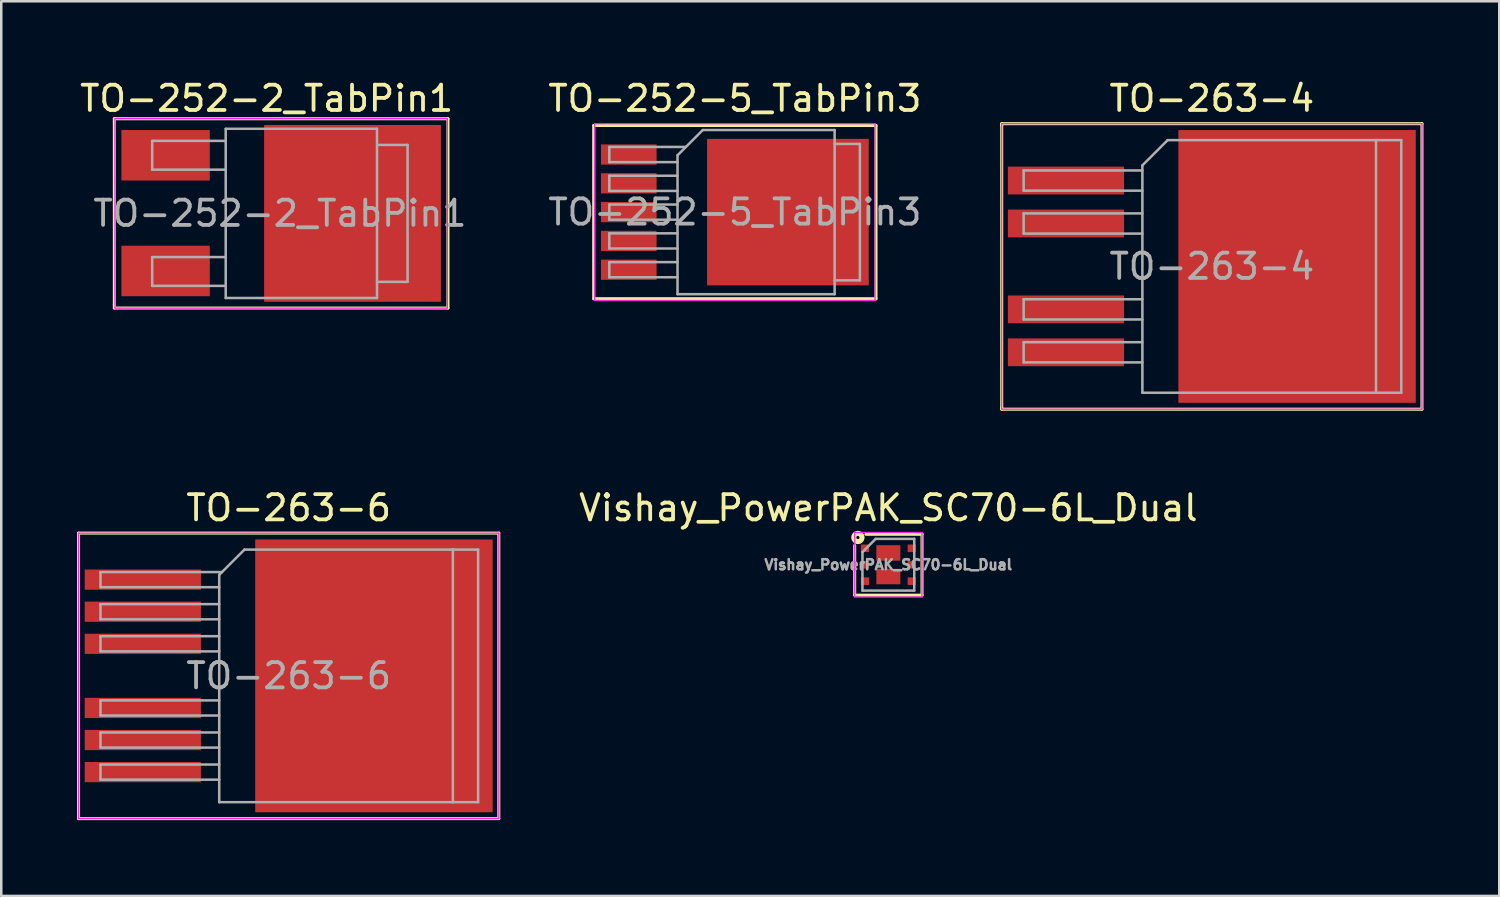
<source format=kicad_pcb>
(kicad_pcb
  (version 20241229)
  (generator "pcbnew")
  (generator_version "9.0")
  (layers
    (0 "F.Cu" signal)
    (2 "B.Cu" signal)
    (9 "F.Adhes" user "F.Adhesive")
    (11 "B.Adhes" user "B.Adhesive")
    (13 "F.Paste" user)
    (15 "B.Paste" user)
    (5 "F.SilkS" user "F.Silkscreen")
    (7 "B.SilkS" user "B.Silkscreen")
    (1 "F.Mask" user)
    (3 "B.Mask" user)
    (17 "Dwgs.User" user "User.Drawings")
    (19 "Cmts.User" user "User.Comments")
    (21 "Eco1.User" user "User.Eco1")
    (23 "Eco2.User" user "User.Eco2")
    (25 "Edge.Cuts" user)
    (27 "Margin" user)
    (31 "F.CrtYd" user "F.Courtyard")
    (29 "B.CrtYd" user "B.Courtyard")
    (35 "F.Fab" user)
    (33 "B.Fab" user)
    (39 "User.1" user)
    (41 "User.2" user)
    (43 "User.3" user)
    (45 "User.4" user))
  (footprint "TO-263-6"
    (layer "F.Cu")
    (at 8.379 23.708)
    (property "Reference" "TO-263-6" (at 0 -6.65 0) (layer "F.SilkS") (effects (font (size 1 1) (thickness 0.15))))
    (attr smd)
    (fp_line (start -8.319 -5.652) (end -8.319 -5.588) (stroke (width 0.12) (type solid)) (layer "F.SilkS"))
    (fp_line (start -8.319 -5.588) (end -8.319 5.588) (stroke (width 0.12) (type solid)) (layer "F.SilkS"))
    (fp_line (start -8.319 5.588) (end -8.319 5.652) (stroke (width 0.12) (type solid)) (layer "F.SilkS"))
    (fp_line (start -8.319 5.652) (end 8.319 5.652) (stroke (width 0.12) (type solid)) (layer "F.SilkS"))
    (fp_line (start 8.319 -5.652) (end -8.319 -5.652) (stroke (width 0.12) (type solid)) (layer "F.SilkS"))
    (fp_line (start 8.319 5.652) (end 8.319 -5.652) (stroke (width 0.12) (type solid)) (layer "F.SilkS"))
    (fp_line (start -8.32 -5.65) (end -8.32 5.65) (stroke (width 0.05) (type solid)) (layer "F.CrtYd"))
    (fp_line (start -8.32 5.65) (end 8.32 5.65) (stroke (width 0.05) (type solid)) (layer "F.CrtYd"))
    (fp_line (start 8.32 -5.65) (end -8.32 -5.65) (stroke (width 0.05) (type solid)) (layer "F.CrtYd"))
    (fp_line (start 8.32 5.65) (end 8.32 -5.65) (stroke (width 0.05) (type solid)) (layer "F.CrtYd"))
    (fp_line (start -7.45 -4.11) (end -7.45 -3.51) (stroke (width 0.1) (type solid)) (layer "F.Fab"))
    (fp_line (start -7.45 -3.51) (end -2.75 -3.51) (stroke (width 0.1) (type solid)) (layer "F.Fab"))
    (fp_line (start -7.45 -2.84) (end -7.45 -2.24) (stroke (width 0.1) (type solid)) (layer "F.Fab"))
    (fp_line (start -7.45 -2.24) (end -2.75 -2.24) (stroke (width 0.1) (type solid)) (layer "F.Fab"))
    (fp_line (start -7.45 -1.57) (end -7.45 -0.97) (stroke (width 0.1) (type solid)) (layer "F.Fab"))
    (fp_line (start -7.45 -0.97) (end -2.75 -0.97) (stroke (width 0.1) (type solid)) (layer "F.Fab"))
    (fp_line (start -7.45 0.97) (end -7.45 1.57) (stroke (width 0.1) (type solid)) (layer "F.Fab"))
    (fp_line (start -7.45 1.57) (end -2.75 1.57) (stroke (width 0.1) (type solid)) (layer "F.Fab"))
    (fp_line (start -7.45 2.24) (end -7.45 2.84) (stroke (width 0.1) (type solid)) (layer "F.Fab"))
    (fp_line (start -7.45 2.84) (end -2.75 2.84) (stroke (width 0.1) (type solid)) (layer "F.Fab"))
    (fp_line (start -7.45 3.51) (end -7.45 4.11) (stroke (width 0.1) (type solid)) (layer "F.Fab"))
    (fp_line (start -7.45 4.11) (end -2.75 4.11) (stroke (width 0.1) (type solid)) (layer "F.Fab"))
    (fp_line (start -2.75 -4) (end -1.75 -5) (stroke (width 0.1) (type solid)) (layer "F.Fab"))
    (fp_line (start -2.75 -2.84) (end -7.45 -2.84) (stroke (width 0.1) (type solid)) (layer "F.Fab"))
    (fp_line (start -2.75 -1.57) (end -7.45 -1.57) (stroke (width 0.1) (type solid)) (layer "F.Fab"))
    (fp_line (start -2.75 0.97) (end -7.45 0.97) (stroke (width 0.1) (type solid)) (layer "F.Fab"))
    (fp_line (start -2.75 2.24) (end -7.45 2.24) (stroke (width 0.1) (type solid)) (layer "F.Fab"))
    (fp_line (start -2.75 3.51) (end -7.45 3.51) (stroke (width 0.1) (type solid)) (layer "F.Fab"))
    (fp_line (start -2.75 5) (end -2.75 -4) (stroke (width 0.1) (type solid)) (layer "F.Fab"))
    (fp_line (start -2.64 -4.11) (end -7.45 -4.11) (stroke (width 0.1) (type solid)) (layer "F.Fab"))
    (fp_line (start -1.75 -5) (end 6.5 -5) (stroke (width 0.1) (type solid)) (layer "F.Fab"))
    (fp_line (start 6.5 -5) (end 6.5 5) (stroke (width 0.1) (type solid)) (layer "F.Fab"))
    (fp_line (start 6.5 -5) (end 7.5 -5) (stroke (width 0.1) (type solid)) (layer "F.Fab"))
    (fp_line (start 6.5 5) (end -2.75 5) (stroke (width 0.1) (type solid)) (layer "F.Fab"))
    (fp_line (start 7.5 -5) (end 7.5 5) (stroke (width 0.1) (type solid)) (layer "F.Fab"))
    (fp_line (start 7.5 5) (end 6.5 5) (stroke (width 0.1) (type solid)) (layer "F.Fab"))
    (fp_text user "${REFERENCE}" (at 0 0 0) (layer "F.Fab") (effects (font (size 1 1) (thickness 0.15))))
    (pad "" smd rect (at 0.95 -2.775) (size 4.55 5.25) (layers "F.Paste"))
    (pad "" smd rect (at 0.95 2.775) (size 4.55 5.25) (layers "F.Paste"))
    (pad "" smd rect (at 5.8 -2.775) (size 4.55 5.25) (layers "F.Paste"))
    (pad "" smd rect (at 5.8 2.775) (size 4.55 5.25) (layers "F.Paste"))
    (pad "1" smd rect (at -5.775 -3.81) (size 4.6 0.8) (layers "F.Cu" "F.Mask" "F.Paste"))
    (pad "2" smd rect (at -5.775 -2.54) (size 4.6 0.8) (layers "F.Cu" "F.Mask" "F.Paste"))
    (pad "3" smd rect (at -5.775 -1.27) (size 4.6 0.8) (layers "F.Cu" "F.Mask" "F.Paste"))
    (pad "4" smd rect (at 3.375 0) (size 9.4 10.8) (layers "F.Cu" "F.Mask"))
    (pad "5" smd rect (at -5.775 1.27) (size 4.6 0.8) (layers "F.Cu" "F.Mask" "F.Paste"))
    (pad "6" smd rect (at -5.775 2.54) (size 4.6 0.8) (layers "F.Cu" "F.Mask" "F.Paste"))
    (pad "7" smd rect (at -5.775 3.81) (size 4.6 0.8) (layers "F.Cu" "F.Mask" "F.Paste")))
  (footprint "TO-263-4"
    (layer "F.Cu")
    (at 44.927 7.498)
    (property "Reference" "TO-263-4" (at 0 -6.65 0) (layer "F.SilkS") (effects (font (size 1 1) (thickness 0.15))))
    (attr smd)
    (fp_line (start -8.319 -5.652) (end -8.319 -5.588) (stroke (width 0.12) (type solid)) (layer "F.SilkS"))
    (fp_line (start -8.319 -5.588) (end -8.319 5.588) (stroke (width 0.12) (type solid)) (layer "F.SilkS"))
    (fp_line (start -8.319 5.588) (end -8.319 5.652) (stroke (width 0.12) (type solid)) (layer "F.SilkS"))
    (fp_line (start -8.319 5.652) (end 8.319 5.652) (stroke (width 0.12) (type solid)) (layer "F.SilkS"))
    (fp_line (start 8.319 -5.652) (end -8.319 -5.652) (stroke (width 0.12) (type solid)) (layer "F.SilkS"))
    (fp_line (start 8.319 5.652) (end 8.319 -5.652) (stroke (width 0.12) (type solid)) (layer "F.SilkS"))
    (fp_line (start -8.32 -5.65) (end -8.32 5.65) (stroke (width 0.05) (type solid)) (layer "F.CrtYd"))
    (fp_line (start -8.32 5.65) (end 8.32 5.65) (stroke (width 0.05) (type solid)) (layer "F.CrtYd"))
    (fp_line (start 8.32 -5.65) (end -8.32 -5.65) (stroke (width 0.05) (type solid)) (layer "F.CrtYd"))
    (fp_line (start 8.32 5.65) (end 8.32 -5.65) (stroke (width 0.05) (type solid)) (layer "F.CrtYd"))
    (fp_line (start -7.45 -3.8) (end -7.45 -3) (stroke (width 0.1) (type solid)) (layer "F.Fab"))
    (fp_line (start -7.45 -3) (end -2.75 -3) (stroke (width 0.1) (type solid)) (layer "F.Fab"))
    (fp_line (start -7.45 -2.1) (end -7.45 -1.3) (stroke (width 0.1) (type solid)) (layer "F.Fab"))
    (fp_line (start -7.45 -1.3) (end -2.75 -1.3) (stroke (width 0.1) (type solid)) (layer "F.Fab"))
    (fp_line (start -7.45 1.3) (end -7.45 2.1) (stroke (width 0.1) (type solid)) (layer "F.Fab"))
    (fp_line (start -7.45 2.1) (end -2.75 2.1) (stroke (width 0.1) (type solid)) (layer "F.Fab"))
    (fp_line (start -7.45 3) (end -7.45 3.8) (stroke (width 0.1) (type solid)) (layer "F.Fab"))
    (fp_line (start -7.45 3.8) (end -2.75 3.8) (stroke (width 0.1) (type solid)) (layer "F.Fab"))
    (fp_line (start -2.75 -4) (end -1.75 -5) (stroke (width 0.1) (type solid)) (layer "F.Fab"))
    (fp_line (start -2.75 -3.8) (end -7.45 -3.8) (stroke (width 0.1) (type solid)) (layer "F.Fab"))
    (fp_line (start -2.75 -2.1) (end -7.45 -2.1) (stroke (width 0.1) (type solid)) (layer "F.Fab"))
    (fp_line (start -2.75 1.3) (end -7.45 1.3) (stroke (width 0.1) (type solid)) (layer "F.Fab"))
    (fp_line (start -2.75 3) (end -7.45 3) (stroke (width 0.1) (type solid)) (layer "F.Fab"))
    (fp_line (start -2.75 5) (end -2.75 -4) (stroke (width 0.1) (type solid)) (layer "F.Fab"))
    (fp_line (start -1.75 -5) (end 6.5 -5) (stroke (width 0.1) (type solid)) (layer "F.Fab"))
    (fp_line (start 6.5 -5) (end 6.5 5) (stroke (width 0.1) (type solid)) (layer "F.Fab"))
    (fp_line (start 6.5 -5) (end 7.5 -5) (stroke (width 0.1) (type solid)) (layer "F.Fab"))
    (fp_line (start 6.5 5) (end -2.75 5) (stroke (width 0.1) (type solid)) (layer "F.Fab"))
    (fp_line (start 7.5 -5) (end 7.5 5) (stroke (width 0.1) (type solid)) (layer "F.Fab"))
    (fp_line (start 7.5 5) (end 6.5 5) (stroke (width 0.1) (type solid)) (layer "F.Fab"))
    (fp_text user "${REFERENCE}" (at 0 0 0) (layer "F.Fab") (effects (font (size 1 1) (thickness 0.15))))
    (pad "" smd rect (at 0.95 -2.775) (size 4.55 5.25) (layers "F.Paste"))
    (pad "" smd rect (at 0.95 2.775) (size 4.55 5.25) (layers "F.Paste"))
    (pad "" smd rect (at 5.8 -2.775) (size 4.55 5.25) (layers "F.Paste"))
    (pad "" smd rect (at 5.8 2.775) (size 4.55 5.25) (layers "F.Paste"))
    (pad "1" smd rect (at -5.775 -3.4) (size 4.6 1.1) (layers "F.Cu" "F.Mask" "F.Paste"))
    (pad "2" smd rect (at -5.775 -1.7) (size 4.6 1.1) (layers "F.Cu" "F.Mask" "F.Paste"))
    (pad "3" smd rect (at 3.375 0) (size 9.4 10.8) (layers "F.Cu" "F.Mask"))
    (pad "4" smd rect (at -5.775 1.7) (size 4.6 1.1) (layers "F.Cu" "F.Mask" "F.Paste"))
    (pad "5" smd rect (at -5.775 3.4) (size 4.6 1.1) (layers "F.Cu" "F.Mask" "F.Paste")))
  (footprint "Vishay_PowerPAK_SC70-6L_Dual"
    (layer "F.Cu")
    (at 32.12 19.308)
    (property "Reference" "Vishay_PowerPAK_SC70-6L_Dual" (at 0 -2.25 0) (layer "F.SilkS") (effects (font (size 1 1) (thickness 0.15))))
    (attr smd)
    (fp_line (start -1.333 -0.762) (end -1.333 1.206) (stroke (width 0.12) (type solid)) (layer "F.SilkS"))
    (fp_line (start -1.333 1.206) (end 1.333 1.206) (stroke (width 0.12) (type solid)) (layer "F.SilkS"))
    (fp_line (start 1.333 -1.206) (end -0.889 -1.206) (stroke (width 0.12) (type solid)) (layer "F.SilkS"))
    (fp_line (start 1.333 1.206) (end 1.333 -1.206) (stroke (width 0.12) (type solid)) (layer "F.SilkS"))
    (fp_circle (center -1.206 -1.079) (end -1.143 -1.079) (stroke (width 0.2) (type solid)) (fill no) (layer "F.SilkS"))
    (fp_line (start -1.33 -1.28) (end 1.33 -1.28) (stroke (width 0.05) (type solid)) (layer "F.CrtYd"))
    (fp_line (start -1.33 1.28) (end -1.33 -1.28) (stroke (width 0.05) (type solid)) (layer "F.CrtYd"))
    (fp_line (start 1.33 -1.28) (end 1.33 1.28) (stroke (width 0.05) (type solid)) (layer "F.CrtYd"))
    (fp_line (start 1.33 1.28) (end -1.33 1.28) (stroke (width 0.05) (type solid)) (layer "F.CrtYd"))
    (fp_line (start -1.025 -0.5) (end -0.5 -1.025) (stroke (width 0.1) (type solid)) (layer "F.Fab"))
    (fp_line (start -1.025 1.025) (end -1.025 -0.5) (stroke (width 0.1) (type solid)) (layer "F.Fab"))
    (fp_line (start -0.5 -1.025) (end 1.025 -1.025) (stroke (width 0.1) (type solid)) (layer "F.Fab"))
    (fp_line (start 1.025 -1.025) (end 1.025 1.025) (stroke (width 0.1) (type solid)) (layer "F.Fab"))
    (fp_line (start 1.025 1.025) (end -1.025 1.025) (stroke (width 0.1) (type solid)) (layer "F.Fab"))
    (fp_text user "${REFERENCE}" (at 0 0 0) (layer "F.Fab") (effects (font (size 0.4 0.4) (thickness 0.1))))
    (pad "1" smd rect (at -0.925 -0.65) (size 0.325 0.3) (layers "F.Cu" "F.Mask" "F.Paste"))
    (pad "2" smd rect (at -0.925 0) (size 0.325 0.3) (layers "F.Cu" "F.Mask" "F.Paste"))
    (pad "3" smd rect (at -0.925 0.65) (size 0.325 0.3) (layers "F.Cu" "F.Mask" "F.Paste"))
    (pad "3" smd rect (at 0 0.467) (size 0.95 0.613) (layers "F.Cu" "F.Mask" "F.Paste"))
    (pad "4" smd rect (at 0.925 0.65) (size 0.325 0.3) (layers "F.Cu" "F.Mask" "F.Paste"))
    (pad "5" smd rect (at 0.925 0) (size 0.325 0.3) (layers "F.Cu" "F.Mask" "F.Paste"))
    (pad "6" smd rect (at 0 -0.467) (size 0.95 0.613) (layers "F.Cu" "F.Mask" "F.Paste"))
    (pad "6" smd rect (at 0.925 -0.65) (size 0.325 0.3) (layers "F.Cu" "F.Mask" "F.Paste")))
  (footprint "TO-252-2_TabPin1"
    (layer "F.Cu")
    (at 8.081 5.398)
    (property "Reference" "TO-252-2_TabPin1" (at -0.575 -4.55 0) (layer "F.SilkS") (effects (font (size 1 1) (thickness 0.15))))
    (attr smd)
    (fp_line (start -6.604 -3.747) (end -6.604 -3.619) (stroke (width 0.12) (type solid)) (layer "F.SilkS"))
    (fp_line (start -6.604 -3.619) (end -6.604 3.619) (stroke (width 0.12) (type solid)) (layer "F.SilkS"))
    (fp_line (start -6.604 3.619) (end -6.604 3.747) (stroke (width 0.12) (type solid)) (layer "F.SilkS"))
    (fp_line (start -6.604 3.747) (end 6.604 3.747) (stroke (width 0.12) (type solid)) (layer "F.SilkS"))
    (fp_line (start 6.604 -3.747) (end -6.604 -3.747) (stroke (width 0.12) (type solid)) (layer "F.SilkS"))
    (fp_line (start 6.604 3.747) (end 6.604 -3.747) (stroke (width 0.12) (type solid)) (layer "F.SilkS"))
    (fp_line (start -6.58 3.75) (end -6.58 -3.75) (stroke (width 0.05) (type solid)) (layer "F.CrtYd"))
    (fp_line (start -6.58 3.75) (end 6.58 3.75) (stroke (width 0.05) (type solid)) (layer "F.CrtYd"))
    (fp_line (start 6.58 -3.75) (end -6.58 -3.75) (stroke (width 0.05) (type solid)) (layer "F.CrtYd"))
    (fp_line (start 6.58 -3.75) (end 6.58 3.75) (stroke (width 0.05) (type solid)) (layer "F.CrtYd"))
    (fp_line (start -5.105 -2.87) (end -5.105 -1.73) (stroke (width 0.1) (type solid)) (layer "F.Fab"))
    (fp_line (start -5.105 -1.73) (end -2.195 -1.73) (stroke (width 0.1) (type solid)) (layer "F.Fab"))
    (fp_line (start -5.105 1.73) (end -5.105 2.87) (stroke (width 0.1) (type solid)) (layer "F.Fab"))
    (fp_line (start -5.105 2.87) (end -2.195 2.87) (stroke (width 0.1) (type solid)) (layer "F.Fab"))
    (fp_line (start -2.195 -2.87) (end -5.105 -2.87) (stroke (width 0.1) (type solid)) (layer "F.Fab"))
    (fp_line (start -2.195 1.73) (end -5.105 1.73) (stroke (width 0.1) (type solid)) (layer "F.Fab"))
    (fp_line (start -2.195 3.35) (end -2.195 -3.35) (stroke (width 0.1) (type solid)) (layer "F.Fab"))
    (fp_line (start -2.195 3.35) (end 3.795 3.35) (stroke (width 0.1) (type solid)) (layer "F.Fab"))
    (fp_line (start 3.795 -3.35) (end -2.195 -3.35) (stroke (width 0.1) (type solid)) (layer "F.Fab"))
    (fp_line (start 3.795 3.35) (end 3.795 -3.35) (stroke (width 0.1) (type solid)) (layer "F.Fab"))
    (fp_line (start 3.805 -2.71) (end 5.005 -2.71) (stroke (width 0.1) (type solid)) (layer "F.Fab"))
    (fp_line (start 5.005 -2.71) (end 5.005 2.71) (stroke (width 0.1) (type solid)) (layer "F.Fab"))
    (fp_line (start 5.005 2.71) (end 3.795 2.71) (stroke (width 0.1) (type solid)) (layer "F.Fab"))
    (fp_text user "${REFERENCE}" (at -0.05 0 0) (layer "F.Fab") (effects (font (size 1 1) (thickness 0.15))))
    (pad "" smd rect (at 1.05 -1.8 270) (size 3.3 3.3) (layers "F.Paste"))
    (pad "" smd rect (at 1.05 1.8 270) (size 3.3 3.3) (layers "F.Paste"))
    (pad "" smd rect (at 4.6 -1.8 270) (size 3.3 3.3) (layers "F.Paste"))
    (pad "" smd rect (at 4.6 1.8 270) (size 3.3 3.3) (layers "F.Paste"))
    (pad "1" smd rect (at -4.575 -2.3) (size 3.5 2) (layers "F.Cu" "F.Mask" "F.Paste"))
    (pad "1" smd rect (at 2.825 0) (size 7 7) (layers "F.Cu" "F.Mask"))
    (pad "2" smd rect (at -4.575 2.28) (size 3.5 2) (layers "F.Cu" "F.Mask" "F.Paste")))
  (footprint "TO-252-5_TabPin3"
    (layer "F.Cu")
    (at 26.043 5.348)
    (property "Reference" "TO-252-5_TabPin3" (at 0 -4.5 0) (layer "F.SilkS") (effects (font (size 1 1) (thickness 0.15))))
    (attr smd)
    (fp_line (start -5.588 -3.429) (end -5.588 3.429) (stroke (width 0.12) (type solid)) (layer "F.SilkS"))
    (fp_line (start -5.588 3.429) (end 5.588 3.429) (stroke (width 0.12) (type solid)) (layer "F.SilkS"))
    (fp_line (start 5.588 -3.429) (end -5.588 -3.429) (stroke (width 0.12) (type solid)) (layer "F.SilkS"))
    (fp_line (start 5.588 3.429) (end 5.588 -3.429) (stroke (width 0.12) (type solid)) (layer "F.SilkS"))
    (fp_line (start -5.55 -3.5) (end -5.55 3.5) (stroke (width 0.05) (type solid)) (layer "F.CrtYd"))
    (fp_line (start -5.55 3.5) (end 5.55 3.5) (stroke (width 0.05) (type solid)) (layer "F.CrtYd"))
    (fp_line (start 5.55 -3.5) (end -5.55 -3.5) (stroke (width 0.05) (type solid)) (layer "F.CrtYd"))
    (fp_line (start 5.55 3.5) (end 5.55 -3.5) (stroke (width 0.05) (type solid)) (layer "F.CrtYd"))
    (fp_line (start -4.97 -2.58) (end -4.97 -1.98) (stroke (width 0.1) (type solid)) (layer "F.Fab"))
    (fp_line (start -4.97 -1.98) (end -2.27 -1.98) (stroke (width 0.1) (type solid)) (layer "F.Fab"))
    (fp_line (start -4.97 -1.44) (end -4.97 -0.84) (stroke (width 0.1) (type solid)) (layer "F.Fab"))
    (fp_line (start -4.97 -0.84) (end -2.27 -0.84) (stroke (width 0.1) (type solid)) (layer "F.Fab"))
    (fp_line (start -4.97 -0.3) (end -4.97 0.3) (stroke (width 0.1) (type solid)) (layer "F.Fab"))
    (fp_line (start -4.97 0.3) (end -2.27 0.3) (stroke (width 0.1) (type solid)) (layer "F.Fab"))
    (fp_line (start -4.97 0.84) (end -4.97 1.44) (stroke (width 0.1) (type solid)) (layer "F.Fab"))
    (fp_line (start -4.97 1.44) (end -2.27 1.44) (stroke (width 0.1) (type solid)) (layer "F.Fab"))
    (fp_line (start -4.97 1.98) (end -4.97 2.58) (stroke (width 0.1) (type solid)) (layer "F.Fab"))
    (fp_line (start -4.97 2.58) (end -2.27 2.58) (stroke (width 0.1) (type solid)) (layer "F.Fab"))
    (fp_line (start -2.27 -2.25) (end -1.27 -3.25) (stroke (width 0.1) (type solid)) (layer "F.Fab"))
    (fp_line (start -2.27 -1.44) (end -4.97 -1.44) (stroke (width 0.1) (type solid)) (layer "F.Fab"))
    (fp_line (start -2.27 -0.3) (end -4.97 -0.3) (stroke (width 0.1) (type solid)) (layer "F.Fab"))
    (fp_line (start -2.27 0.84) (end -4.97 0.84) (stroke (width 0.1) (type solid)) (layer "F.Fab"))
    (fp_line (start -2.27 1.98) (end -4.97 1.98) (stroke (width 0.1) (type solid)) (layer "F.Fab"))
    (fp_line (start -2.27 3.25) (end -2.27 -2.25) (stroke (width 0.1) (type solid)) (layer "F.Fab"))
    (fp_line (start -1.94 -2.58) (end -4.97 -2.58) (stroke (width 0.1) (type solid)) (layer "F.Fab"))
    (fp_line (start -1.27 -3.25) (end 3.95 -3.25) (stroke (width 0.1) (type solid)) (layer "F.Fab"))
    (fp_line (start 3.95 -3.25) (end 3.95 3.25) (stroke (width 0.1) (type solid)) (layer "F.Fab"))
    (fp_line (start 3.95 -2.7) (end 4.95 -2.7) (stroke (width 0.1) (type solid)) (layer "F.Fab"))
    (fp_line (start 3.95 3.25) (end -2.27 3.25) (stroke (width 0.1) (type solid)) (layer "F.Fab"))
    (fp_line (start 4.95 -2.7) (end 4.95 2.7) (stroke (width 0.1) (type solid)) (layer "F.Fab"))
    (fp_line (start 4.95 2.7) (end 3.95 2.7) (stroke (width 0.1) (type solid)) (layer "F.Fab"))
    (fp_text user "${REFERENCE}" (at 0 0 0) (layer "F.Fab") (effects (font (size 1 1) (thickness 0.15))))
    (pad "" smd rect (at 0.425 -1.525) (size 3.05 2.75) (layers "F.Paste"))
    (pad "" smd rect (at 0.425 1.525) (size 3.05 2.75) (layers "F.Paste"))
    (pad "" smd rect (at 3.775 -1.525) (size 3.05 2.75) (layers "F.Paste"))
    (pad "" smd rect (at 3.775 1.525) (size 3.05 2.75) (layers "F.Paste"))
    (pad "1" smd rect (at -4.2 -2.28) (size 2.2 0.8) (layers "F.Cu" "F.Mask" "F.Paste"))
    (pad "2" smd rect (at -4.2 -1.14) (size 2.2 0.8) (layers "F.Cu" "F.Mask" "F.Paste"))
    (pad "3" smd rect (at -4.2 0) (size 2.2 0.8) (layers "F.Cu" "F.Mask" "F.Paste"))
    (pad "3" smd rect (at 2.1 0) (size 6.4 5.8) (layers "F.Cu" "F.Mask"))
    (pad "4" smd rect (at -4.2 1.14) (size 2.2 0.8) (layers "F.Cu" "F.Mask" "F.Paste"))
    (pad "5" smd rect (at -4.2 2.28) (size 2.2 0.8) (layers "F.Cu" "F.Mask" "F.Paste")))
  (gr_rect
    (start -3 -3)
    (end 56.306 32.419)
    (stroke (width 0.1) (type default))
    (fill no)
    (layer "Edge.Cuts")))
</source>
